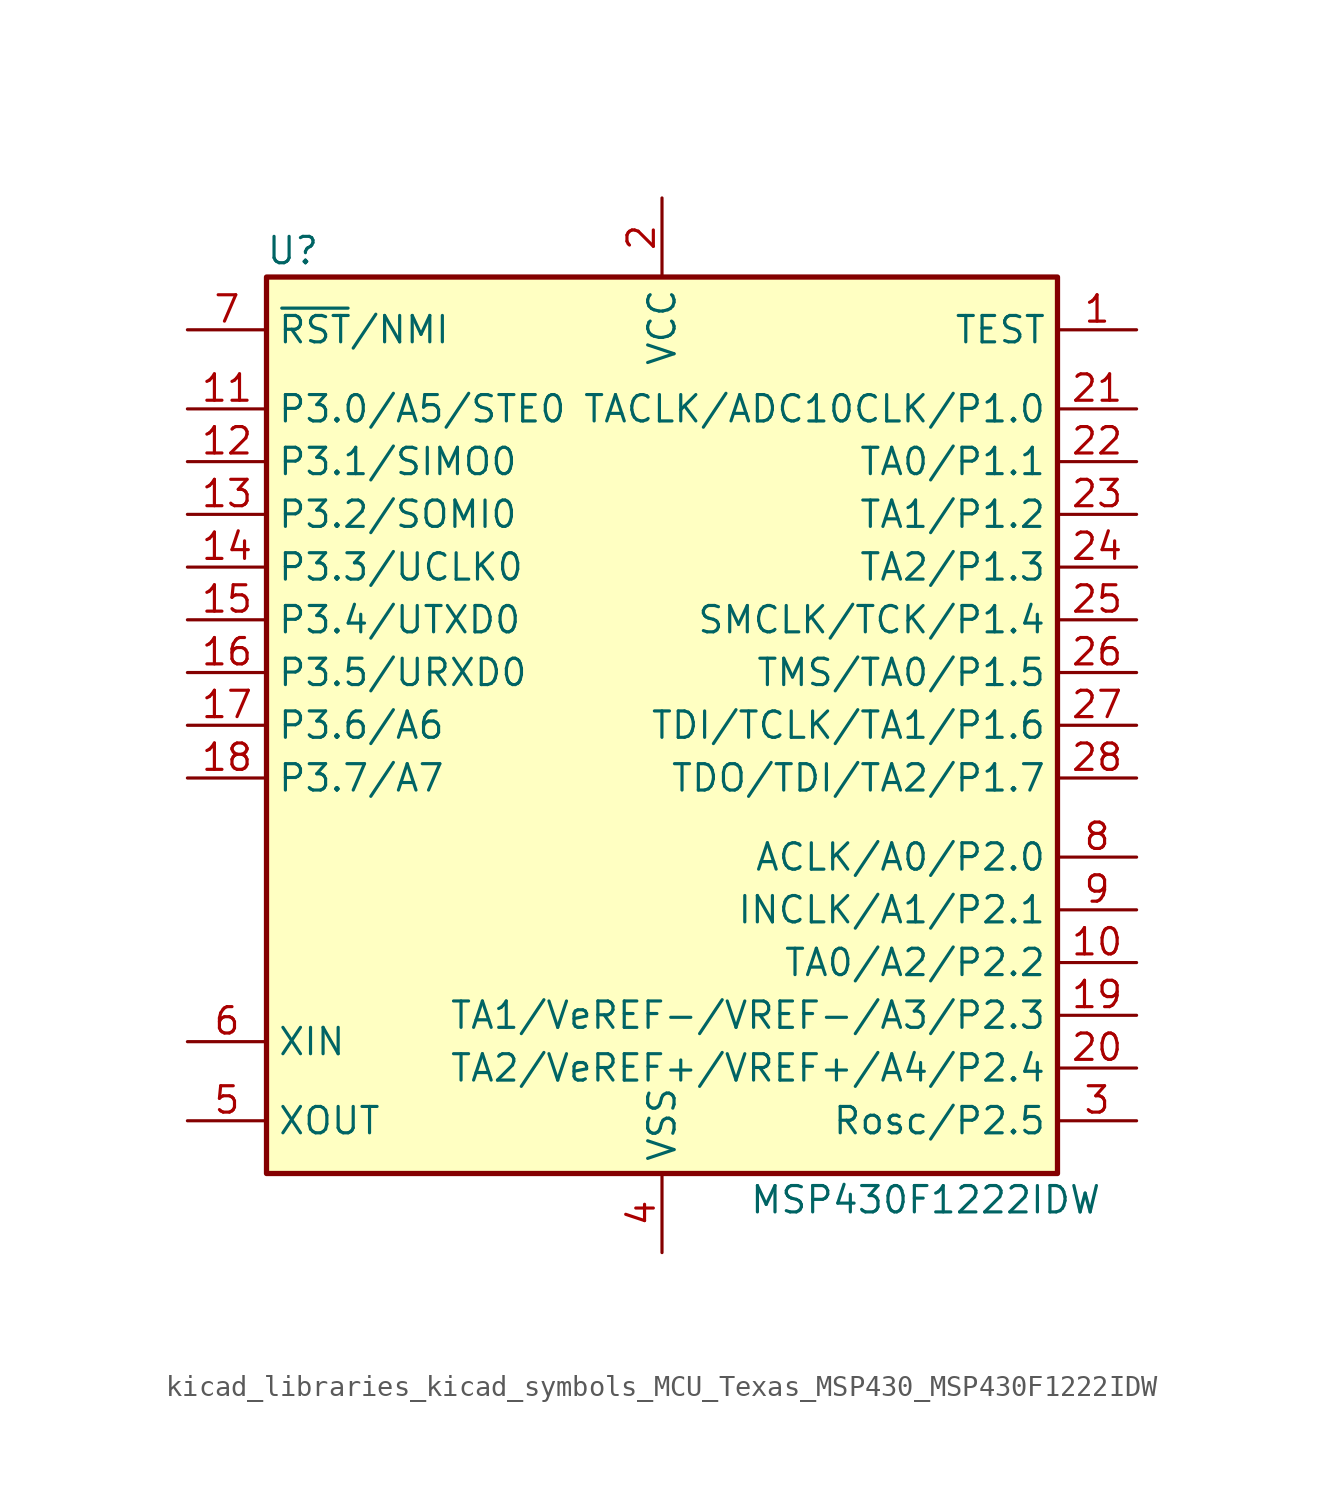
<source format=kicad_sym>
(kicad_symbol_lib
  (version 20220914)
  (generator kicad_symbol_editor)
  (symbol "kicad_libraries_kicad_symbols_MCU_Texas_MSP430_MSP430F1222IDW"
    (property "Reference" "U"
      (at -17.78 22.86 0)
      (effects (font (size 1.27 1.27))))
    (property "Value" "MSP430F1222IDW"
      (at 12.7 -22.86 0)
      (effects (font (size 1.27 1.27))))
    (symbol "kicad_libraries_kicad_symbols_MCU_Texas_MSP430_MSP430F1222IDW_0_1"
      (rectangle (start -19.05 21.59) (end 19.05 -21.59) (stroke (width 0.254) (type default)) (fill (type background))))
    (symbol "kicad_libraries_kicad_symbols_MCU_Texas_MSP430_MSP430F1222IDW_1_1"
      (pin input line (at 22.86 19.05 180) (length 3.81) (name "TEST" (effects (font (size 1.27 1.27)))) (number "1" (effects (font (size 1.27 1.27)))))
      (pin bidirectional line (at 22.86 -11.43 180) (length 3.81) (name "TA0/A2/P2.2" (effects (font (size 1.27 1.27)))) (number "10" (effects (font (size 1.27 1.27)))))
      (pin bidirectional line (at -22.86 15.24 0) (length 3.81) (name "P3.0/A5/STE0" (effects (font (size 1.27 1.27)))) (number "11" (effects (font (size 1.27 1.27)))))
      (pin bidirectional line (at -22.86 12.7 0) (length 3.81) (name "P3.1/SIMO0" (effects (font (size 1.27 1.27)))) (number "12" (effects (font (size 1.27 1.27)))))
      (pin bidirectional line (at -22.86 10.16 0) (length 3.81) (name "P3.2/SOMI0" (effects (font (size 1.27 1.27)))) (number "13" (effects (font (size 1.27 1.27)))))
      (pin bidirectional line (at -22.86 7.62 0) (length 3.81) (name "P3.3/UCLK0" (effects (font (size 1.27 1.27)))) (number "14" (effects (font (size 1.27 1.27)))))
      (pin bidirectional line (at -22.86 5.08 0) (length 3.81) (name "P3.4/UTXD0" (effects (font (size 1.27 1.27)))) (number "15" (effects (font (size 1.27 1.27)))))
      (pin bidirectional line (at -22.86 2.54 0) (length 3.81) (name "P3.5/URXD0" (effects (font (size 1.27 1.27)))) (number "16" (effects (font (size 1.27 1.27)))))
      (pin bidirectional line (at -22.86 0 0) (length 3.81) (name "P3.6/A6" (effects (font (size 1.27 1.27)))) (number "17" (effects (font (size 1.27 1.27)))))
      (pin bidirectional line (at -22.86 -2.54 0) (length 3.81) (name "P3.7/A7" (effects (font (size 1.27 1.27)))) (number "18" (effects (font (size 1.27 1.27)))))
      (pin bidirectional line (at 22.86 -13.97 180) (length 3.81) (name "TA1/VeREF-/VREF-/A3/P2.3" (effects (font (size 1.27 1.27)))) (number "19" (effects (font (size 1.27 1.27)))))
      (pin power_in line (at 0 25.4 270) (length 3.81) (name "VCC" (effects (font (size 1.27 1.27)))) (number "2" (effects (font (size 1.27 1.27)))))
      (pin bidirectional line (at 22.86 -16.51 180) (length 3.81) (name "TA2/VeREF+/VREF+/A4/P2.4" (effects (font (size 1.27 1.27)))) (number "20" (effects (font (size 1.27 1.27)))))
      (pin bidirectional line (at 22.86 15.24 180) (length 3.81) (name "TACLK/ADC10CLK/P1.0" (effects (font (size 1.27 1.27)))) (number "21" (effects (font (size 1.27 1.27)))))
      (pin bidirectional line (at 22.86 12.7 180) (length 3.81) (name "TA0/P1.1" (effects (font (size 1.27 1.27)))) (number "22" (effects (font (size 1.27 1.27)))))
      (pin bidirectional line (at 22.86 10.16 180) (length 3.81) (name "TA1/P1.2" (effects (font (size 1.27 1.27)))) (number "23" (effects (font (size 1.27 1.27)))))
      (pin bidirectional line (at 22.86 7.62 180) (length 3.81) (name "TA2/P1.3" (effects (font (size 1.27 1.27)))) (number "24" (effects (font (size 1.27 1.27)))))
      (pin bidirectional line (at 22.86 5.08 180) (length 3.81) (name "SMCLK/TCK/P1.4" (effects (font (size 1.27 1.27)))) (number "25" (effects (font (size 1.27 1.27)))))
      (pin bidirectional line (at 22.86 2.54 180) (length 3.81) (name "TMS/TA0/P1.5" (effects (font (size 1.27 1.27)))) (number "26" (effects (font (size 1.27 1.27)))))
      (pin bidirectional line (at 22.86 0 180) (length 3.81) (name "TDI/TCLK/TA1/P1.6" (effects (font (size 1.27 1.27)))) (number "27" (effects (font (size 1.27 1.27)))))
      (pin bidirectional line (at 22.86 -2.54 180) (length 3.81) (name "TDO/TDI/TA2/P1.7" (effects (font (size 1.27 1.27)))) (number "28" (effects (font (size 1.27 1.27)))))
      (pin bidirectional line (at 22.86 -19.05 180) (length 3.81) (name "Rosc/P2.5" (effects (font (size 1.27 1.27)))) (number "3" (effects (font (size 1.27 1.27)))))
      (pin power_in line (at 0 -25.4 90) (length 3.81) (name "VSS" (effects (font (size 1.27 1.27)))) (number "4" (effects (font (size 1.27 1.27)))))
      (pin output line (at -22.86 -19.05 0) (length 3.81) (name "XOUT" (effects (font (size 1.27 1.27)))) (number "5" (effects (font (size 1.27 1.27)))))
      (pin input line (at -22.86 -15.24 0) (length 3.81) (name "XIN" (effects (font (size 1.27 1.27)))) (number "6" (effects (font (size 1.27 1.27)))))
      (pin input line (at -22.86 19.05 0) (length 3.81) (name "~{RST}/NMI" (effects (font (size 1.27 1.27)))) (number "7" (effects (font (size 1.27 1.27)))))
      (pin bidirectional line (at 22.86 -6.35 180) (length 3.81) (name "ACLK/A0/P2.0" (effects (font (size 1.27 1.27)))) (number "8" (effects (font (size 1.27 1.27)))))
      (pin bidirectional line (at 22.86 -8.89 180) (length 3.81) (name "INCLK/A1/P2.1" (effects (font (size 1.27 1.27)))) (number "9" (effects (font (size 1.27 1.27))))))))
</source>
